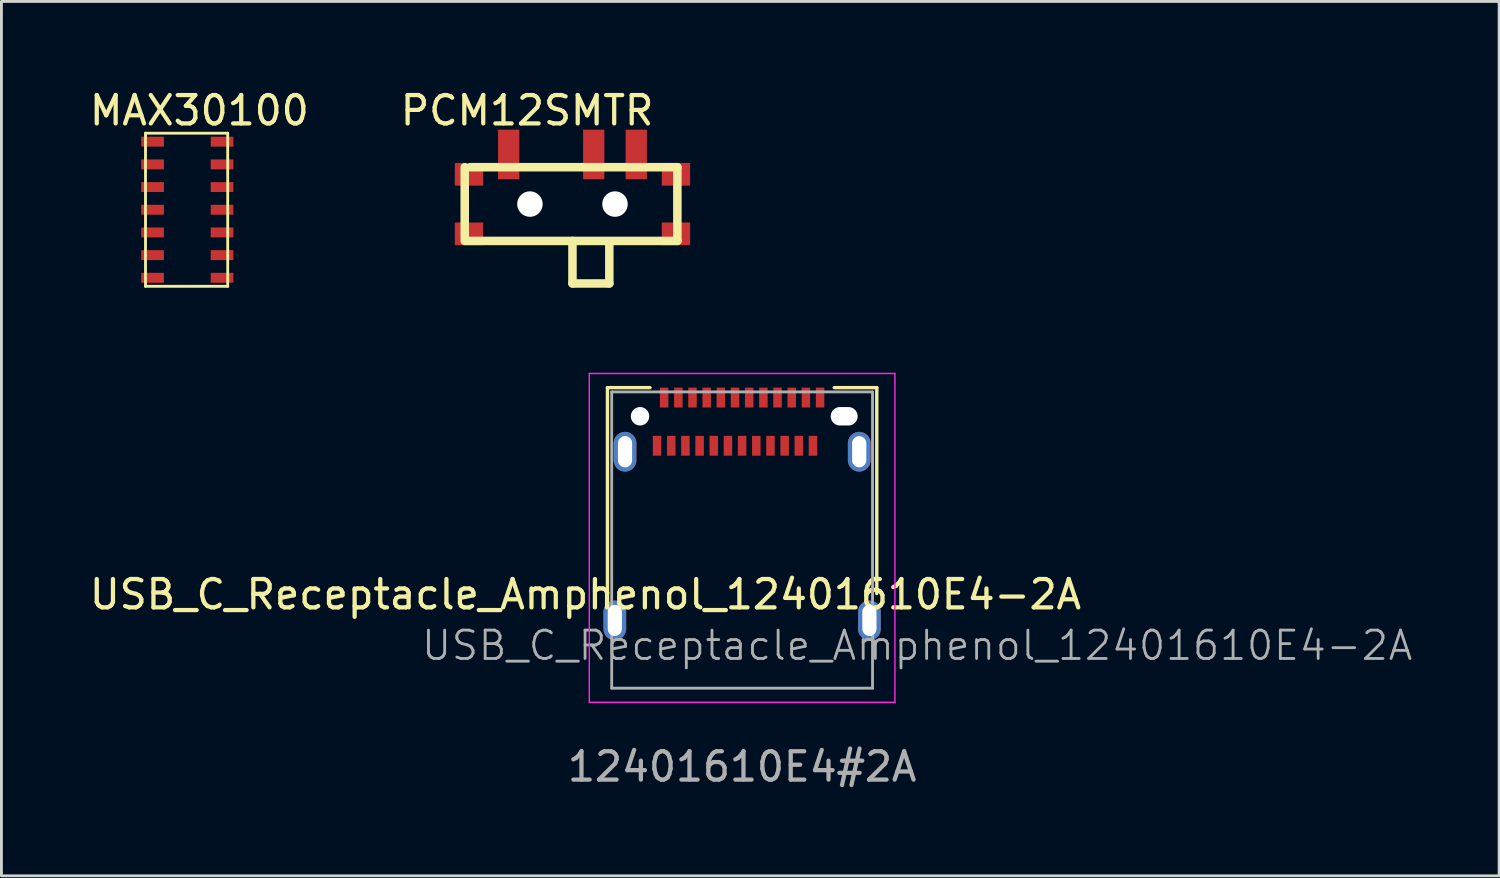
<source format=kicad_pcb>
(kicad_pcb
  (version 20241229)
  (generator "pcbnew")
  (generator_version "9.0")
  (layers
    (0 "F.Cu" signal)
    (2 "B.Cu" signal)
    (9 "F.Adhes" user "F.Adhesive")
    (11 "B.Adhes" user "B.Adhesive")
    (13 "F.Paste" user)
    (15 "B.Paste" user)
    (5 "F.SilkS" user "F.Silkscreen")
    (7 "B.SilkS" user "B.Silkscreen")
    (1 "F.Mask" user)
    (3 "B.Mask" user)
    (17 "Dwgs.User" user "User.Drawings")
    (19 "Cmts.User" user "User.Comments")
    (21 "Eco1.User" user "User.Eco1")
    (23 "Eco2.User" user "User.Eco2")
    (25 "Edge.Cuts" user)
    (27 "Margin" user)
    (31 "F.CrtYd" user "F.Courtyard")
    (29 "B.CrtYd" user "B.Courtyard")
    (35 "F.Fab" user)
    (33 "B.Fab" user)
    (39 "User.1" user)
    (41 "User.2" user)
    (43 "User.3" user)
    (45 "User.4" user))
  (footprint "MAX30100"
    (layer "F.Cu")
    (at 2.482 1.948)
    (property "Reference" "MAX30100" (at 1.5 -1.1 0) (layer "F.SilkS") (effects (font (size 1 1) (thickness 0.15))))
    (attr through_hole)
    (fp_line (start -0.4 -0.3) (end 2.5 -0.3) (stroke (width 0.1) (type solid)) (layer "F.SilkS"))
    (fp_line (start -0.4 5.1) (end -0.4 -0.3) (stroke (width 0.1) (type solid)) (layer "F.SilkS"))
    (fp_line (start 2.5 -0.3) (end 2.5 5.1) (stroke (width 0.1) (type solid)) (layer "F.SilkS"))
    (fp_line (start 2.5 5.1) (end -0.4 5.1) (stroke (width 0.1) (type solid)) (layer "F.SilkS"))
    (pad "1" smd rect (at 0 0) (size 0.8 0.35) (drill (offset -0.15 0)) (layers "F.Cu" "F.Mask" "F.Paste"))
    (pad "2" smd rect (at 0 0.8) (size 0.8 0.35) (drill (offset -0.15 0)) (layers "F.Cu" "F.Mask" "F.Paste"))
    (pad "3" smd rect (at 0 1.6) (size 0.8 0.35) (drill (offset -0.15 0)) (layers "F.Cu" "F.Mask" "F.Paste"))
    (pad "4" smd rect (at 0 2.4) (size 0.8 0.35) (drill (offset -0.15 0)) (layers "F.Cu" "F.Mask" "F.Paste"))
    (pad "5" smd rect (at 0 3.2) (size 0.8 0.35) (drill (offset -0.15 0)) (layers "F.Cu" "F.Mask" "F.Paste"))
    (pad "6" smd rect (at 0 4) (size 0.8 0.35) (drill (offset -0.15 0)) (layers "F.Cu" "F.Mask" "F.Paste"))
    (pad "7" smd rect (at 0 4.8) (size 0.8 0.35) (drill (offset -0.15 0)) (layers "F.Cu" "F.Mask" "F.Paste"))
    (pad "8" smd rect (at 2.15 4.8) (size 0.8 0.35) (drill (offset 0.15 0)) (layers "F.Cu" "F.Mask" "F.Paste"))
    (pad "9" smd rect (at 2.15 4) (size 0.8 0.35) (drill (offset 0.15 0)) (layers "F.Cu" "F.Mask" "F.Paste"))
    (pad "10" smd rect (at 2.15 3.2) (size 0.8 0.35) (drill (offset 0.15 0)) (layers "F.Cu" "F.Mask" "F.Paste"))
    (pad "11" smd rect (at 2.15 2.4) (size 0.8 0.35) (drill (offset 0.15 0)) (layers "F.Cu" "F.Mask" "F.Paste"))
    (pad "12" smd rect (at 2.15 1.6) (size 0.8 0.35) (drill (offset 0.15 0)) (layers "F.Cu" "F.Mask" "F.Paste"))
    (pad "13" smd rect (at 2.15 0.8) (size 0.8 0.35) (drill (offset 0.15 0)) (layers "F.Cu" "F.Mask" "F.Paste"))
    (pad "14" smd rect (at 2.15 0) (size 0.8 0.35) (drill (offset 0.15 0)) (layers "F.Cu" "F.Mask" "F.Paste")))
  (footprint "USB_C_Receptacle_Amphenol_12401610E4-2A"
    (layer "F.Cu")
    (at 23.126 15.993)
    (property "Reference" "USB_C_Receptacle_Amphenol_12401610E4-2A" (at -5.525 1.925 0) (layer "F.SilkS") (effects (font (size 1 1) (thickness 0.15))))
    (attr smd)
    (fp_line (start -4.75 -5.37) (end -4.75 1.89) (stroke (width 0.12) (type solid)) (layer "F.SilkS"))
    (fp_line (start -4.75 -5.37) (end -3.25 -5.37) (stroke (width 0.12) (type solid)) (layer "F.SilkS"))
    (fp_line (start 3.25 -5.37) (end 4.75 -5.37) (stroke (width 0.12) (type solid)) (layer "F.SilkS"))
    (fp_line (start 4.75 -5.37) (end 4.75 1.89) (stroke (width 0.12) (type solid)) (layer "F.SilkS"))
    (fp_line (start -5.39 -5.87) (end 5.39 -5.87) (stroke (width 0.05) (type solid)) (layer "F.CrtYd"))
    (fp_line (start -5.39 5.73) (end -5.39 -5.87) (stroke (width 0.05) (type solid)) (layer "F.CrtYd"))
    (fp_line (start 5.39 -5.87) (end 5.39 5.73) (stroke (width 0.05) (type solid)) (layer "F.CrtYd"))
    (fp_line (start 5.39 5.73) (end -5.39 5.73) (stroke (width 0.05) (type solid)) (layer "F.CrtYd"))
    (fp_line (start -4.6 -5.22) (end 4.6 -5.22) (stroke (width 0.1) (type solid)) (layer "F.Fab"))
    (fp_line (start -4.6 5.23) (end -4.6 -5.22) (stroke (width 0.1) (type solid)) (layer "F.Fab"))
    (fp_line (start -4.6 5.23) (end 4.6 5.23) (stroke (width 0.1) (type solid)) (layer "F.Fab"))
    (fp_line (start 4.6 5.23) (end 4.6 -5.22) (stroke (width 0.1) (type solid)) (layer "F.Fab"))
    (fp_text user "12401610E4#2A" (at 0 8 0) (layer "F.Fab") (effects (font (size 1 1) (thickness 0.15))))
    (fp_text user "${REFERENCE}" (at 6.175 3.725 0) (layer "F.Fab") (effects (font (size 1 1) (thickness 0.1))))
    (pad "" np_thru_hole circle (at -3.6 -4.36) (size 0.65 0.65) (drill 0.65) (layers "*.Cu" "*.Mask"))
    (pad "" np_thru_hole oval (at 3.6 -4.36) (size 0.95 0.65) (drill oval 0.95 0.65) (layers "*.Cu" "*.Mask"))
    (pad "A1" smd rect (at -2.75 -5.02) (size 0.3 0.7) (layers "F.Cu" "F.Mask" "F.Paste"))
    (pad "A2" smd rect (at -2.25 -5.02) (size 0.3 0.7) (layers "F.Cu" "F.Mask" "F.Paste"))
    (pad "A3" smd rect (at -1.75 -5.02) (size 0.3 0.7) (layers "F.Cu" "F.Mask" "F.Paste"))
    (pad "A4" smd rect (at -1.25 -5.02) (size 0.3 0.7) (layers "F.Cu" "F.Mask" "F.Paste"))
    (pad "A5" smd rect (at -0.75 -5.02) (size 0.3 0.7) (layers "F.Cu" "F.Mask" "F.Paste"))
    (pad "A6" smd rect (at -0.25 -5.02) (size 0.3 0.7) (layers "F.Cu" "F.Mask" "F.Paste"))
    (pad "A7" smd rect (at 0.25 -5.02) (size 0.3 0.7) (layers "F.Cu" "F.Mask" "F.Paste"))
    (pad "A8" smd rect (at 0.75 -5.02) (size 0.3 0.7) (layers "F.Cu" "F.Mask" "F.Paste"))
    (pad "A9" smd rect (at 1.25 -5.02) (size 0.3 0.7) (layers "F.Cu" "F.Mask" "F.Paste"))
    (pad "A10" smd rect (at 1.75 -5.02) (size 0.3 0.7) (layers "F.Cu" "F.Mask" "F.Paste"))
    (pad "A11" smd rect (at 2.25 -5.02) (size 0.3 0.7) (layers "F.Cu" "F.Mask" "F.Paste"))
    (pad "A12" smd rect (at 2.75 -5.02) (size 0.3 0.7) (layers "F.Cu" "F.Mask" "F.Paste"))
    (pad "B1" smd rect (at 2.5 -3.32) (size 0.3 0.7) (layers "F.Cu" "F.Mask" "F.Paste"))
    (pad "B2" smd rect (at 2 -3.32) (size 0.3 0.7) (layers "F.Cu" "F.Mask" "F.Paste"))
    (pad "B3" smd rect (at 1.5 -3.32) (size 0.3 0.7) (layers "F.Cu" "F.Mask" "F.Paste"))
    (pad "B4" smd rect (at 1 -3.32) (size 0.3 0.7) (layers "F.Cu" "F.Mask" "F.Paste"))
    (pad "B5" smd rect (at 0.5 -3.32) (size 0.3 0.7) (layers "F.Cu" "F.Mask" "F.Paste"))
    (pad "B6" smd rect (at 0 -3.32) (size 0.3 0.7) (layers "F.Cu" "F.Mask" "F.Paste"))
    (pad "B7" smd rect (at -0.5 -3.32) (size 0.3 0.7) (layers "F.Cu" "F.Mask" "F.Paste"))
    (pad "B8" smd rect (at -1 -3.32) (size 0.3 0.7) (layers "F.Cu" "F.Mask" "F.Paste"))
    (pad "B9" smd rect (at -1.5 -3.32) (size 0.3 0.7) (layers "F.Cu" "F.Mask" "F.Paste"))
    (pad "B10" smd rect (at -2 -3.32) (size 0.3 0.7) (layers "F.Cu" "F.Mask" "F.Paste"))
    (pad "B11" smd rect (at -2.5 -3.32) (size 0.3 0.7) (layers "F.Cu" "F.Mask" "F.Paste"))
    (pad "B12" smd rect (at -3 -3.32) (size 0.3 0.7) (layers "F.Cu" "F.Mask" "F.Paste"))
    (pad "S1" thru_hole oval (at -4.49 2.84) (size 0.8 1.4) (drill oval 0.5 1.1) (layers "*.Cu" "*.Mask"))
    (pad "S1" thru_hole oval (at -4.13 -3.11) (size 0.8 1.4) (drill oval 0.5 1.1) (layers "*.Cu" "*.Mask"))
    (pad "S1" thru_hole oval (at 4.13 -3.11) (size 0.8 1.4) (drill oval 0.5 1.1) (layers "*.Cu" "*.Mask"))
    (pad "S1" thru_hole oval (at 4.49 2.84) (size 0.8 1.4) (drill oval 0.5 1.1) (layers "*.Cu" "*.Mask")))
  (footprint "PCM12SMTR"
    (layer "F.Cu")
    (at 17.142 4.148)
    (property "Reference" "PCM12SMTR" (at -1.6 -3.3 0) (layer "F.SilkS") (effects (font (size 1 1) (thickness 0.15))))
    (attr through_hole)
    (fp_line (start -3.8 1.2) (end -3.8 -1.3) (stroke (width 0.3) (type solid)) (layer "F.SilkS"))
    (fp_line (start -3.6 -1.3) (end 3.7 -1.3) (stroke (width 0.3) (type solid)) (layer "F.SilkS"))
    (fp_line (start 0 1.3) (end 0 2.8) (stroke (width 0.3) (type solid)) (layer "F.SilkS"))
    (fp_line (start 0 2.8) (end 1.3 2.8) (stroke (width 0.3) (type solid)) (layer "F.SilkS"))
    (fp_line (start 1.3 2.8) (end 1.3 1.4) (stroke (width 0.3) (type solid)) (layer "F.SilkS"))
    (fp_line (start 3.7 -1.3) (end 3.7 1.3) (stroke (width 0.3) (type solid)) (layer "F.SilkS"))
    (fp_line (start 3.7 1.3) (end -3.8 1.3) (stroke (width 0.3) (type solid)) (layer "F.SilkS"))
    (pad "" np_thru_hole circle (at -1.5 0) (size 0.9 0.9) (drill 0.9) (layers "*.Cu" "*.Mask"))
    (pad "" np_thru_hole circle (at 1.5 0) (size 0.9 0.9) (drill 0.9) (layers "*.Cu" "*.Mask"))
    (pad "1" smd rect (at -2.25 -1.75) (size 0.75 1.75) (layers "F.Cu" "F.Mask" "F.Paste"))
    (pad "2" smd rect (at 0.75 -1.75) (size 0.75 1.75) (layers "F.Cu" "F.Mask" "F.Paste"))
    (pad "3" smd rect (at 2.25 -1.75) (size 0.75 1.75) (layers "F.Cu" "F.Mask" "F.Paste"))
    (pad "4" smd rect (at -3.65 -1.05) (size 1 0.8) (layers "F.Cu" "F.Mask" "F.Paste"))
    (pad "5" smd rect (at -3.65 1.05) (size 1 0.8) (layers "F.Cu" "F.Mask" "F.Paste"))
    (pad "6" smd rect (at 3.65 1.05) (size 1 0.8) (layers "F.Cu" "F.Mask" "F.Paste"))
    (pad "7" smd rect (at 3.65 -1.05) (size 1 0.8) (layers "F.Cu" "F.Mask" "F.Paste")))
  (gr_rect
    (start -3 -3)
    (end 49.827 27.841)
    (stroke (width 0.1) (type default))
    (fill no)
    (layer "Edge.Cuts")))
</source>
